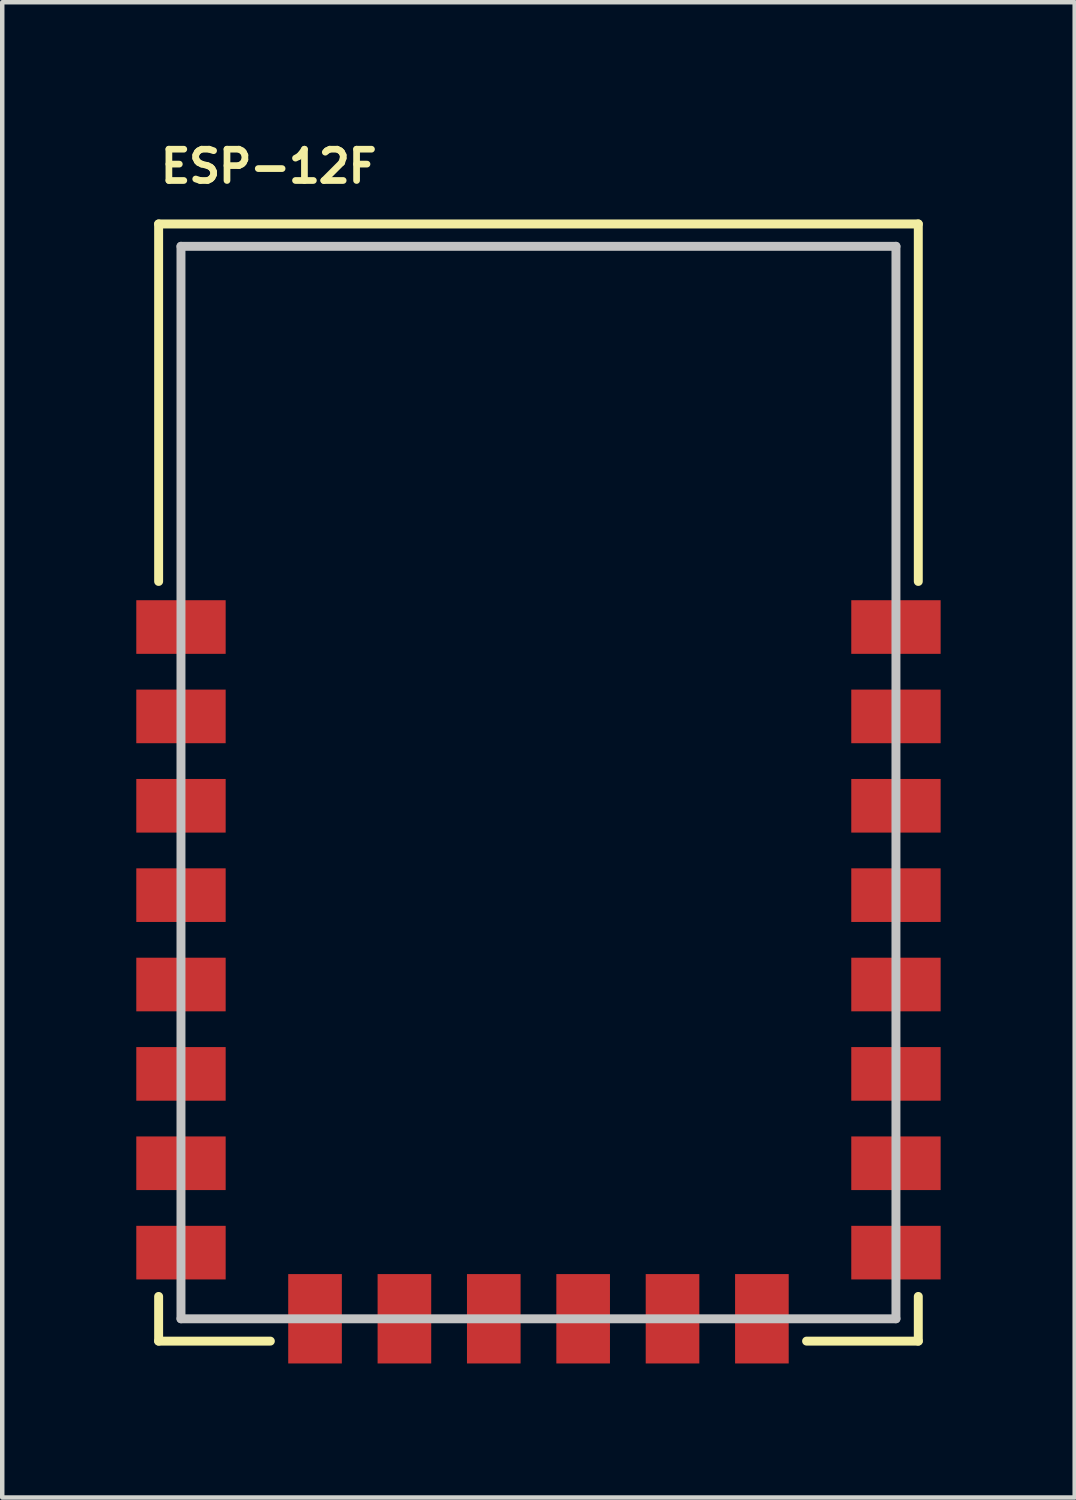
<source format=kicad_pcb>
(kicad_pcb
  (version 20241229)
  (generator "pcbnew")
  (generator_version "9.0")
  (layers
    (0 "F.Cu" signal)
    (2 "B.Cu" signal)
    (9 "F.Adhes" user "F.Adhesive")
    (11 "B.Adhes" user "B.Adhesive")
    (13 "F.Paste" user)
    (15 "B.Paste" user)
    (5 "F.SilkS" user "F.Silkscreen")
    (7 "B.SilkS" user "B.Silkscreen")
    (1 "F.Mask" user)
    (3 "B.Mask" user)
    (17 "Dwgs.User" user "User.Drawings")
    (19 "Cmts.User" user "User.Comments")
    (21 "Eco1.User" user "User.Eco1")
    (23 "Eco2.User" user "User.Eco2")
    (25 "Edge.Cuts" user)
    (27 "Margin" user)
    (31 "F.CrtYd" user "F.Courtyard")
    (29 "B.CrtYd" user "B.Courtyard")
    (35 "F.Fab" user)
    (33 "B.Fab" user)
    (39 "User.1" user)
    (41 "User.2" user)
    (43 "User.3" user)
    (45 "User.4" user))
  (footprint "ESP-12F"
    (layer "F.Cu")
    (at 9 14.462)
    (property "Reference" "ESP-12F" (at -6.037 -13.789 0) (layer "F.SilkS") (effects (font (size 0.7 0.7) (thickness 0.15))))
    (attr smd)
    (fp_line (start -8.5 -12.5) (end -8.5 -4.5) (stroke (width 0.2) (type solid)) (layer "F.SilkS"))
    (fp_line (start -8.5 -12.5) (end 8.5 -12.5) (stroke (width 0.2) (type solid)) (layer "F.SilkS"))
    (fp_line (start -8.5 11.5) (end -8.5 12.5) (stroke (width 0.2) (type solid)) (layer "F.SilkS"))
    (fp_line (start -8.5 12.5) (end -6 12.5) (stroke (width 0.2) (type solid)) (layer "F.SilkS"))
    (fp_line (start 8.5 -12.5) (end 8.5 -4.5) (stroke (width 0.2) (type solid)) (layer "F.SilkS"))
    (fp_line (start 8.5 12.5) (end 6 12.5) (stroke (width 0.2) (type solid)) (layer "F.SilkS"))
    (fp_line (start 8.5 12.5) (end 8.5 11.5) (stroke (width 0.2) (type solid)) (layer "F.SilkS"))
    (fp_line (start -8 -12) (end 8 -12) (stroke (width 0.2) (type solid)) (layer "Dwgs.User"))
    (fp_line (start -8 12) (end -8 -12) (stroke (width 0.2) (type solid)) (layer "Dwgs.User"))
    (fp_line (start 8 -12) (end 8 12) (stroke (width 0.2) (type solid)) (layer "Dwgs.User"))
    (fp_line (start 8 12) (end -8 12) (stroke (width 0.2) (type solid)) (layer "Dwgs.User"))
    (pad "1" smd rect (at -8 -3.48) (size 2 1.2) (layers "F.Cu" "F.Mask" "F.Paste"))
    (pad "2" smd rect (at -8 -1.48) (size 2 1.2) (layers "F.Cu" "F.Mask" "F.Paste"))
    (pad "3" smd rect (at -8 0.52) (size 2 1.2) (layers "F.Cu" "F.Mask" "F.Paste"))
    (pad "4" smd rect (at -8 2.52) (size 2 1.2) (layers "F.Cu" "F.Mask" "F.Paste"))
    (pad "5" smd rect (at -8 4.52) (size 2 1.2) (layers "F.Cu" "F.Mask" "F.Paste"))
    (pad "6" smd rect (at -8 6.52) (size 2 1.2) (layers "F.Cu" "F.Mask" "F.Paste"))
    (pad "7" smd rect (at -8 8.52) (size 2 1.2) (layers "F.Cu" "F.Mask" "F.Paste"))
    (pad "8" smd rect (at -8 10.52) (size 2 1.2) (layers "F.Cu" "F.Mask" "F.Paste"))
    (pad "9" smd rect (at -5 12 90) (size 2 1.2) (layers "F.Cu" "F.Mask" "F.Paste"))
    (pad "10" smd rect (at -3 12 90) (size 2 1.2) (layers "F.Cu" "F.Mask" "F.Paste"))
    (pad "11" smd rect (at -1 12 90) (size 2 1.2) (layers "F.Cu" "F.Mask" "F.Paste"))
    (pad "12" smd rect (at 1 12 90) (size 2 1.2) (layers "F.Cu" "F.Mask" "F.Paste"))
    (pad "13" smd rect (at 3 12 90) (size 2 1.2) (layers "F.Cu" "F.Mask" "F.Paste"))
    (pad "14" smd rect (at 5 12 90) (size 2 1.2) (layers "F.Cu" "F.Mask" "F.Paste"))
    (pad "15" smd rect (at 8 10.52) (size 2 1.2) (layers "F.Cu" "F.Mask" "F.Paste"))
    (pad "16" smd rect (at 8 8.52) (size 2 1.2) (layers "F.Cu" "F.Mask" "F.Paste"))
    (pad "17" smd rect (at 8 6.52) (size 2 1.2) (layers "F.Cu" "F.Mask" "F.Paste"))
    (pad "18" smd rect (at 8 4.52) (size 2 1.2) (layers "F.Cu" "F.Mask" "F.Paste"))
    (pad "19" smd rect (at 8 2.52) (size 2 1.2) (layers "F.Cu" "F.Mask" "F.Paste"))
    (pad "20" smd rect (at 8 0.52) (size 2 1.2) (layers "F.Cu" "F.Mask" "F.Paste"))
    (pad "21" smd rect (at 8 -1.48) (size 2 1.2) (layers "F.Cu" "F.Mask" "F.Paste"))
    (pad "22" smd rect (at 8 -3.48) (size 2 1.2) (layers "F.Cu" "F.Mask" "F.Paste")))
  (gr_rect
    (start -3 -3)
    (end 21 30.462)
    (stroke (width 0.1) (type default))
    (fill no)
    (layer "Edge.Cuts")))
</source>
